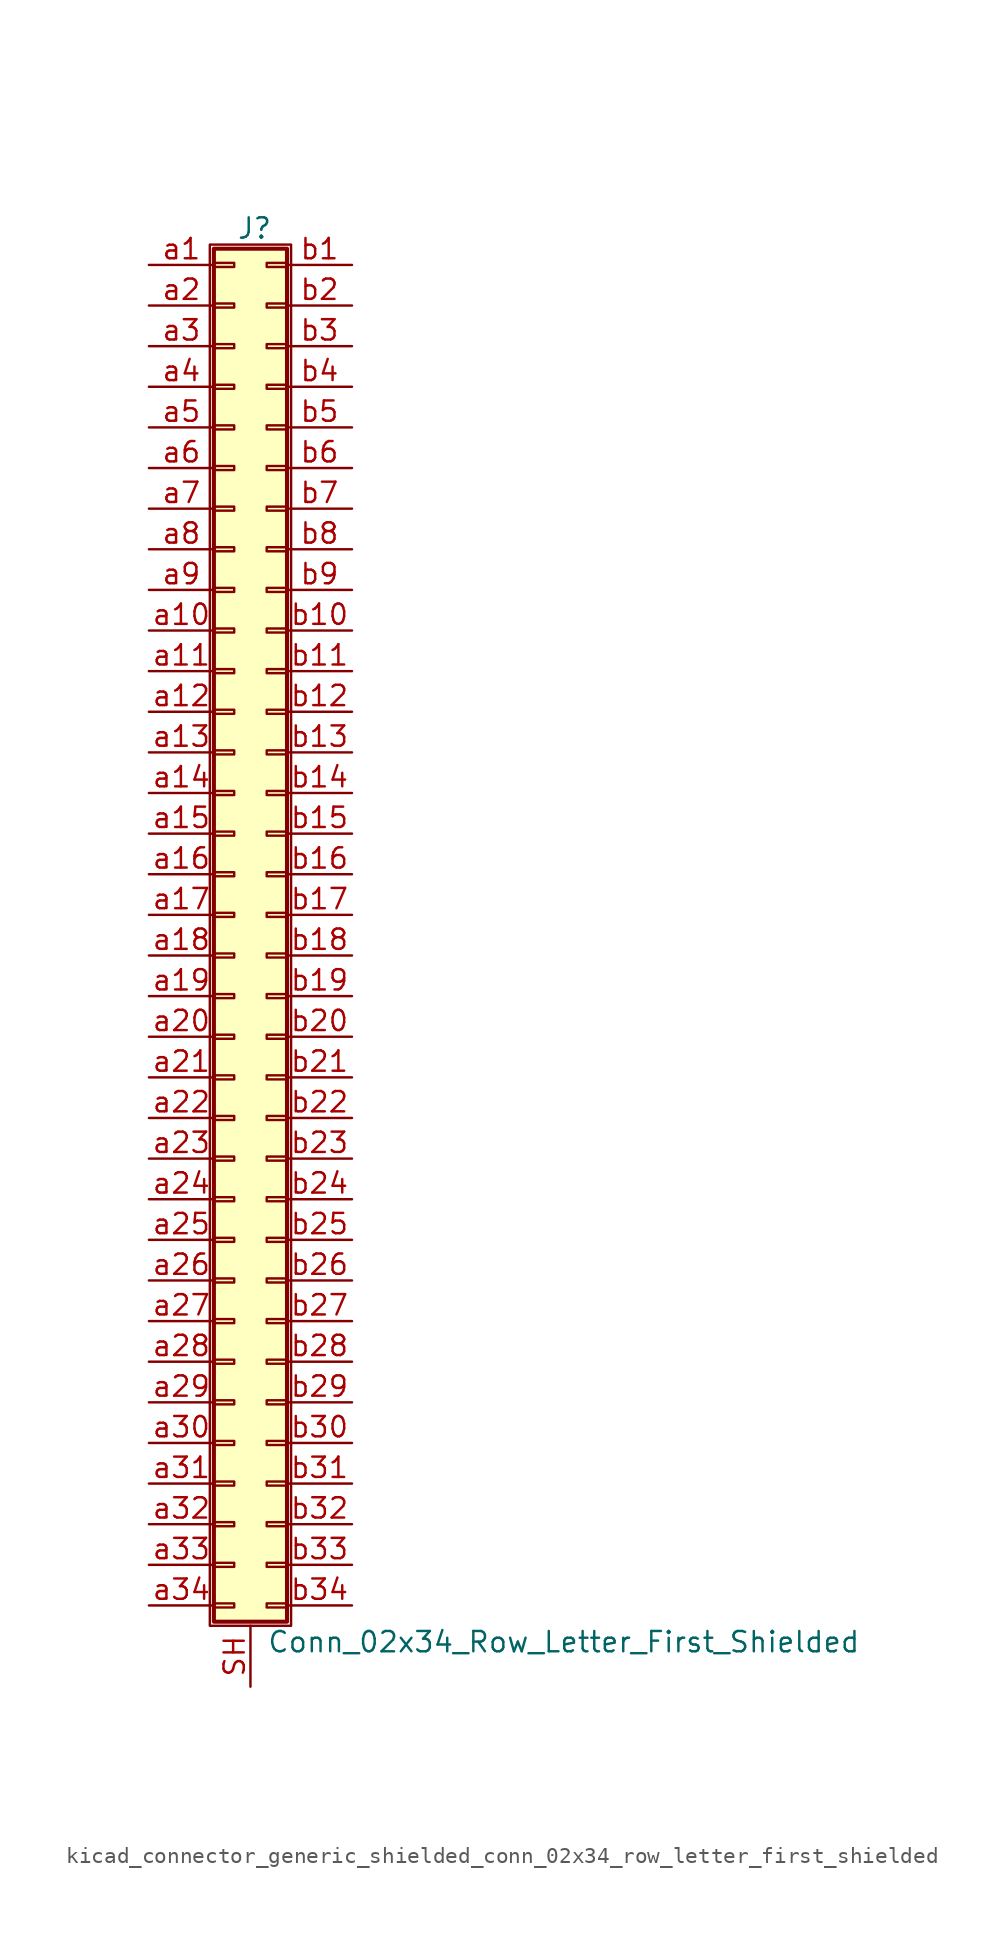
<source format=kicad_sym>
(kicad_symbol_lib
  (version 20220914)
  (generator kicad_symbol_editor)
  (symbol "kicad_connector_generic_shielded_conn_02x34_row_letter_first_shielded"
    (pin_names
      (offset 1.016) hide)
    (property "Reference" "J"
      (at 1.524 42.926 0)
      (effects (font (size 1.27 1.27))))
    (property "Value" "Conn_02x34_Row_Letter_First_Shielded"
      (at 2.286 -45.466 0)
      (effects (font (size 1.27 1.27)) (justify left)))
    (symbol "kicad_connector_generic_shielded_conn_02x34_row_letter_first_shielded_1_1"
      (rectangle (start -1.27 41.91) (end 3.81 -44.45) (stroke (width 0.152) (type default)) (fill (type none)))
      (rectangle (start -1.016 -43.053) (end 0.254 -43.307) (stroke (width 0.152) (type default)) (fill (type none)))
      (rectangle (start -1.016 -40.513) (end 0.254 -40.767) (stroke (width 0.152) (type default)) (fill (type none)))
      (rectangle (start -1.016 -37.973) (end 0.254 -38.227) (stroke (width 0.152) (type default)) (fill (type none)))
      (rectangle (start -1.016 -35.433) (end 0.254 -35.687) (stroke (width 0.152) (type default)) (fill (type none)))
      (rectangle (start -1.016 -32.893) (end 0.254 -33.147) (stroke (width 0.152) (type default)) (fill (type none)))
      (rectangle (start -1.016 -30.353) (end 0.254 -30.607) (stroke (width 0.152) (type default)) (fill (type none)))
      (rectangle (start -1.016 -27.813) (end 0.254 -28.067) (stroke (width 0.152) (type default)) (fill (type none)))
      (rectangle (start -1.016 -25.273) (end 0.254 -25.527) (stroke (width 0.152) (type default)) (fill (type none)))
      (rectangle (start -1.016 -22.733) (end 0.254 -22.987) (stroke (width 0.152) (type default)) (fill (type none)))
      (rectangle (start -1.016 -20.193) (end 0.254 -20.447) (stroke (width 0.152) (type default)) (fill (type none)))
      (rectangle (start -1.016 -17.653) (end 0.254 -17.907) (stroke (width 0.152) (type default)) (fill (type none)))
      (rectangle (start -1.016 -15.113) (end 0.254 -15.367) (stroke (width 0.152) (type default)) (fill (type none)))
      (rectangle (start -1.016 -12.573) (end 0.254 -12.827) (stroke (width 0.152) (type default)) (fill (type none)))
      (rectangle (start -1.016 -10.033) (end 0.254 -10.287) (stroke (width 0.152) (type default)) (fill (type none)))
      (rectangle (start -1.016 -7.493) (end 0.254 -7.747) (stroke (width 0.152) (type default)) (fill (type none)))
      (rectangle (start -1.016 -4.953) (end 0.254 -5.207) (stroke (width 0.152) (type default)) (fill (type none)))
      (rectangle (start -1.016 -2.413) (end 0.254 -2.667) (stroke (width 0.152) (type default)) (fill (type none)))
      (rectangle (start -1.016 0.127) (end 0.254 -0.127) (stroke (width 0.152) (type default)) (fill (type none)))
      (rectangle (start -1.016 2.667) (end 0.254 2.413) (stroke (width 0.152) (type default)) (fill (type none)))
      (rectangle (start -1.016 5.207) (end 0.254 4.953) (stroke (width 0.152) (type default)) (fill (type none)))
      (rectangle (start -1.016 7.747) (end 0.254 7.493) (stroke (width 0.152) (type default)) (fill (type none)))
      (rectangle (start -1.016 10.287) (end 0.254 10.033) (stroke (width 0.152) (type default)) (fill (type none)))
      (rectangle (start -1.016 12.827) (end 0.254 12.573) (stroke (width 0.152) (type default)) (fill (type none)))
      (rectangle (start -1.016 15.367) (end 0.254 15.113) (stroke (width 0.152) (type default)) (fill (type none)))
      (rectangle (start -1.016 17.907) (end 0.254 17.653) (stroke (width 0.152) (type default)) (fill (type none)))
      (rectangle (start -1.016 20.447) (end 0.254 20.193) (stroke (width 0.152) (type default)) (fill (type none)))
      (rectangle (start -1.016 22.987) (end 0.254 22.733) (stroke (width 0.152) (type default)) (fill (type none)))
      (rectangle (start -1.016 25.527) (end 0.254 25.273) (stroke (width 0.152) (type default)) (fill (type none)))
      (rectangle (start -1.016 28.067) (end 0.254 27.813) (stroke (width 0.152) (type default)) (fill (type none)))
      (rectangle (start -1.016 30.607) (end 0.254 30.353) (stroke (width 0.152) (type default)) (fill (type none)))
      (rectangle (start -1.016 33.147) (end 0.254 32.893) (stroke (width 0.152) (type default)) (fill (type none)))
      (rectangle (start -1.016 35.687) (end 0.254 35.433) (stroke (width 0.152) (type default)) (fill (type none)))
      (rectangle (start -1.016 38.227) (end 0.254 37.973) (stroke (width 0.152) (type default)) (fill (type none)))
      (rectangle (start -1.016 40.767) (end 0.254 40.513) (stroke (width 0.152) (type default)) (fill (type none)))
      (rectangle (start -1.016 41.656) (end 3.556 -44.196) (stroke (width 0.254) (type default)) (fill (type background)))
      (rectangle (start 3.556 -43.053) (end 2.286 -43.307) (stroke (width 0.152) (type default)) (fill (type none)))
      (rectangle (start 3.556 -40.513) (end 2.286 -40.767) (stroke (width 0.152) (type default)) (fill (type none)))
      (rectangle (start 3.556 -37.973) (end 2.286 -38.227) (stroke (width 0.152) (type default)) (fill (type none)))
      (rectangle (start 3.556 -35.433) (end 2.286 -35.687) (stroke (width 0.152) (type default)) (fill (type none)))
      (rectangle (start 3.556 -32.893) (end 2.286 -33.147) (stroke (width 0.152) (type default)) (fill (type none)))
      (rectangle (start 3.556 -30.353) (end 2.286 -30.607) (stroke (width 0.152) (type default)) (fill (type none)))
      (rectangle (start 3.556 -27.813) (end 2.286 -28.067) (stroke (width 0.152) (type default)) (fill (type none)))
      (rectangle (start 3.556 -25.273) (end 2.286 -25.527) (stroke (width 0.152) (type default)) (fill (type none)))
      (rectangle (start 3.556 -22.733) (end 2.286 -22.987) (stroke (width 0.152) (type default)) (fill (type none)))
      (rectangle (start 3.556 -20.193) (end 2.286 -20.447) (stroke (width 0.152) (type default)) (fill (type none)))
      (rectangle (start 3.556 -17.653) (end 2.286 -17.907) (stroke (width 0.152) (type default)) (fill (type none)))
      (rectangle (start 3.556 -15.113) (end 2.286 -15.367) (stroke (width 0.152) (type default)) (fill (type none)))
      (rectangle (start 3.556 -12.573) (end 2.286 -12.827) (stroke (width 0.152) (type default)) (fill (type none)))
      (rectangle (start 3.556 -10.033) (end 2.286 -10.287) (stroke (width 0.152) (type default)) (fill (type none)))
      (rectangle (start 3.556 -7.493) (end 2.286 -7.747) (stroke (width 0.152) (type default)) (fill (type none)))
      (rectangle (start 3.556 -4.953) (end 2.286 -5.207) (stroke (width 0.152) (type default)) (fill (type none)))
      (rectangle (start 3.556 -2.413) (end 2.286 -2.667) (stroke (width 0.152) (type default)) (fill (type none)))
      (rectangle (start 3.556 0.127) (end 2.286 -0.127) (stroke (width 0.152) (type default)) (fill (type none)))
      (rectangle (start 3.556 2.667) (end 2.286 2.413) (stroke (width 0.152) (type default)) (fill (type none)))
      (rectangle (start 3.556 5.207) (end 2.286 4.953) (stroke (width 0.152) (type default)) (fill (type none)))
      (rectangle (start 3.556 7.747) (end 2.286 7.493) (stroke (width 0.152) (type default)) (fill (type none)))
      (rectangle (start 3.556 10.287) (end 2.286 10.033) (stroke (width 0.152) (type default)) (fill (type none)))
      (rectangle (start 3.556 12.827) (end 2.286 12.573) (stroke (width 0.152) (type default)) (fill (type none)))
      (rectangle (start 3.556 15.367) (end 2.286 15.113) (stroke (width 0.152) (type default)) (fill (type none)))
      (rectangle (start 3.556 17.907) (end 2.286 17.653) (stroke (width 0.152) (type default)) (fill (type none)))
      (rectangle (start 3.556 20.447) (end 2.286 20.193) (stroke (width 0.152) (type default)) (fill (type none)))
      (rectangle (start 3.556 22.987) (end 2.286 22.733) (stroke (width 0.152) (type default)) (fill (type none)))
      (rectangle (start 3.556 25.527) (end 2.286 25.273) (stroke (width 0.152) (type default)) (fill (type none)))
      (rectangle (start 3.556 28.067) (end 2.286 27.813) (stroke (width 0.152) (type default)) (fill (type none)))
      (rectangle (start 3.556 30.607) (end 2.286 30.353) (stroke (width 0.152) (type default)) (fill (type none)))
      (rectangle (start 3.556 33.147) (end 2.286 32.893) (stroke (width 0.152) (type default)) (fill (type none)))
      (rectangle (start 3.556 35.687) (end 2.286 35.433) (stroke (width 0.152) (type default)) (fill (type none)))
      (rectangle (start 3.556 38.227) (end 2.286 37.973) (stroke (width 0.152) (type default)) (fill (type none)))
      (rectangle (start 3.556 40.767) (end 2.286 40.513) (stroke (width 0.152) (type default)) (fill (type none)))
      (pin passive line (at 1.27 -48.26 90) (length 3.81) (name "Shield" (effects (font (size 1.27 1.27)))) (number "SH" (effects (font (size 1.27 1.27)))))
      (pin passive line (at -5.08 40.64 0) (length 4.064) (name "Pin_a1" (effects (font (size 1.27 1.27)))) (number "a1" (effects (font (size 1.27 1.27)))))
      (pin passive line (at -5.08 17.78 0) (length 4.064) (name "Pin_a10" (effects (font (size 1.27 1.27)))) (number "a10" (effects (font (size 1.27 1.27)))))
      (pin passive line (at -5.08 15.24 0) (length 4.064) (name "Pin_a11" (effects (font (size 1.27 1.27)))) (number "a11" (effects (font (size 1.27 1.27)))))
      (pin passive line (at -5.08 12.7 0) (length 4.064) (name "Pin_a12" (effects (font (size 1.27 1.27)))) (number "a12" (effects (font (size 1.27 1.27)))))
      (pin passive line (at -5.08 10.16 0) (length 4.064) (name "Pin_a13" (effects (font (size 1.27 1.27)))) (number "a13" (effects (font (size 1.27 1.27)))))
      (pin passive line (at -5.08 7.62 0) (length 4.064) (name "Pin_a14" (effects (font (size 1.27 1.27)))) (number "a14" (effects (font (size 1.27 1.27)))))
      (pin passive line (at -5.08 5.08 0) (length 4.064) (name "Pin_a15" (effects (font (size 1.27 1.27)))) (number "a15" (effects (font (size 1.27 1.27)))))
      (pin passive line (at -5.08 2.54 0) (length 4.064) (name "Pin_a16" (effects (font (size 1.27 1.27)))) (number "a16" (effects (font (size 1.27 1.27)))))
      (pin passive line (at -5.08 0 0) (length 4.064) (name "Pin_a17" (effects (font (size 1.27 1.27)))) (number "a17" (effects (font (size 1.27 1.27)))))
      (pin passive line (at -5.08 -2.54 0) (length 4.064) (name "Pin_a18" (effects (font (size 1.27 1.27)))) (number "a18" (effects (font (size 1.27 1.27)))))
      (pin passive line (at -5.08 -5.08 0) (length 4.064) (name "Pin_a19" (effects (font (size 1.27 1.27)))) (number "a19" (effects (font (size 1.27 1.27)))))
      (pin passive line (at -5.08 38.1 0) (length 4.064) (name "Pin_a2" (effects (font (size 1.27 1.27)))) (number "a2" (effects (font (size 1.27 1.27)))))
      (pin passive line (at -5.08 -7.62 0) (length 4.064) (name "Pin_a20" (effects (font (size 1.27 1.27)))) (number "a20" (effects (font (size 1.27 1.27)))))
      (pin passive line (at -5.08 -10.16 0) (length 4.064) (name "Pin_a21" (effects (font (size 1.27 1.27)))) (number "a21" (effects (font (size 1.27 1.27)))))
      (pin passive line (at -5.08 -12.7 0) (length 4.064) (name "Pin_a22" (effects (font (size 1.27 1.27)))) (number "a22" (effects (font (size 1.27 1.27)))))
      (pin passive line (at -5.08 -15.24 0) (length 4.064) (name "Pin_a23" (effects (font (size 1.27 1.27)))) (number "a23" (effects (font (size 1.27 1.27)))))
      (pin passive line (at -5.08 -17.78 0) (length 4.064) (name "Pin_a24" (effects (font (size 1.27 1.27)))) (number "a24" (effects (font (size 1.27 1.27)))))
      (pin passive line (at -5.08 -20.32 0) (length 4.064) (name "Pin_a25" (effects (font (size 1.27 1.27)))) (number "a25" (effects (font (size 1.27 1.27)))))
      (pin passive line (at -5.08 -22.86 0) (length 4.064) (name "Pin_a26" (effects (font (size 1.27 1.27)))) (number "a26" (effects (font (size 1.27 1.27)))))
      (pin passive line (at -5.08 -25.4 0) (length 4.064) (name "Pin_a27" (effects (font (size 1.27 1.27)))) (number "a27" (effects (font (size 1.27 1.27)))))
      (pin passive line (at -5.08 -27.94 0) (length 4.064) (name "Pin_a28" (effects (font (size 1.27 1.27)))) (number "a28" (effects (font (size 1.27 1.27)))))
      (pin passive line (at -5.08 -30.48 0) (length 4.064) (name "Pin_a29" (effects (font (size 1.27 1.27)))) (number "a29" (effects (font (size 1.27 1.27)))))
      (pin passive line (at -5.08 35.56 0) (length 4.064) (name "Pin_a3" (effects (font (size 1.27 1.27)))) (number "a3" (effects (font (size 1.27 1.27)))))
      (pin passive line (at -5.08 -33.02 0) (length 4.064) (name "Pin_a30" (effects (font (size 1.27 1.27)))) (number "a30" (effects (font (size 1.27 1.27)))))
      (pin passive line (at -5.08 -35.56 0) (length 4.064) (name "Pin_a31" (effects (font (size 1.27 1.27)))) (number "a31" (effects (font (size 1.27 1.27)))))
      (pin passive line (at -5.08 -38.1 0) (length 4.064) (name "Pin_a32" (effects (font (size 1.27 1.27)))) (number "a32" (effects (font (size 1.27 1.27)))))
      (pin passive line (at -5.08 -40.64 0) (length 4.064) (name "Pin_a33" (effects (font (size 1.27 1.27)))) (number "a33" (effects (font (size 1.27 1.27)))))
      (pin passive line (at -5.08 -43.18 0) (length 4.064) (name "Pin_a34" (effects (font (size 1.27 1.27)))) (number "a34" (effects (font (size 1.27 1.27)))))
      (pin passive line (at -5.08 33.02 0) (length 4.064) (name "Pin_a4" (effects (font (size 1.27 1.27)))) (number "a4" (effects (font (size 1.27 1.27)))))
      (pin passive line (at -5.08 30.48 0) (length 4.064) (name "Pin_a5" (effects (font (size 1.27 1.27)))) (number "a5" (effects (font (size 1.27 1.27)))))
      (pin passive line (at -5.08 27.94 0) (length 4.064) (name "Pin_a6" (effects (font (size 1.27 1.27)))) (number "a6" (effects (font (size 1.27 1.27)))))
      (pin passive line (at -5.08 25.4 0) (length 4.064) (name "Pin_a7" (effects (font (size 1.27 1.27)))) (number "a7" (effects (font (size 1.27 1.27)))))
      (pin passive line (at -5.08 22.86 0) (length 4.064) (name "Pin_a8" (effects (font (size 1.27 1.27)))) (number "a8" (effects (font (size 1.27 1.27)))))
      (pin passive line (at -5.08 20.32 0) (length 4.064) (name "Pin_a9" (effects (font (size 1.27 1.27)))) (number "a9" (effects (font (size 1.27 1.27)))))
      (pin passive line (at 7.62 40.64 180) (length 4.064) (name "Pin_b1" (effects (font (size 1.27 1.27)))) (number "b1" (effects (font (size 1.27 1.27)))))
      (pin passive line (at 7.62 17.78 180) (length 4.064) (name "Pin_b10" (effects (font (size 1.27 1.27)))) (number "b10" (effects (font (size 1.27 1.27)))))
      (pin passive line (at 7.62 15.24 180) (length 4.064) (name "Pin_b11" (effects (font (size 1.27 1.27)))) (number "b11" (effects (font (size 1.27 1.27)))))
      (pin passive line (at 7.62 12.7 180) (length 4.064) (name "Pin_b12" (effects (font (size 1.27 1.27)))) (number "b12" (effects (font (size 1.27 1.27)))))
      (pin passive line (at 7.62 10.16 180) (length 4.064) (name "Pin_b13" (effects (font (size 1.27 1.27)))) (number "b13" (effects (font (size 1.27 1.27)))))
      (pin passive line (at 7.62 7.62 180) (length 4.064) (name "Pin_b14" (effects (font (size 1.27 1.27)))) (number "b14" (effects (font (size 1.27 1.27)))))
      (pin passive line (at 7.62 5.08 180) (length 4.064) (name "Pin_b15" (effects (font (size 1.27 1.27)))) (number "b15" (effects (font (size 1.27 1.27)))))
      (pin passive line (at 7.62 2.54 180) (length 4.064) (name "Pin_b16" (effects (font (size 1.27 1.27)))) (number "b16" (effects (font (size 1.27 1.27)))))
      (pin passive line (at 7.62 0 180) (length 4.064) (name "Pin_b17" (effects (font (size 1.27 1.27)))) (number "b17" (effects (font (size 1.27 1.27)))))
      (pin passive line (at 7.62 -2.54 180) (length 4.064) (name "Pin_b18" (effects (font (size 1.27 1.27)))) (number "b18" (effects (font (size 1.27 1.27)))))
      (pin passive line (at 7.62 -5.08 180) (length 4.064) (name "Pin_b19" (effects (font (size 1.27 1.27)))) (number "b19" (effects (font (size 1.27 1.27)))))
      (pin passive line (at 7.62 38.1 180) (length 4.064) (name "Pin_b2" (effects (font (size 1.27 1.27)))) (number "b2" (effects (font (size 1.27 1.27)))))
      (pin passive line (at 7.62 -7.62 180) (length 4.064) (name "Pin_b20" (effects (font (size 1.27 1.27)))) (number "b20" (effects (font (size 1.27 1.27)))))
      (pin passive line (at 7.62 -10.16 180) (length 4.064) (name "Pin_b21" (effects (font (size 1.27 1.27)))) (number "b21" (effects (font (size 1.27 1.27)))))
      (pin passive line (at 7.62 -12.7 180) (length 4.064) (name "Pin_b22" (effects (font (size 1.27 1.27)))) (number "b22" (effects (font (size 1.27 1.27)))))
      (pin passive line (at 7.62 -15.24 180) (length 4.064) (name "Pin_b23" (effects (font (size 1.27 1.27)))) (number "b23" (effects (font (size 1.27 1.27)))))
      (pin passive line (at 7.62 -17.78 180) (length 4.064) (name "Pin_b24" (effects (font (size 1.27 1.27)))) (number "b24" (effects (font (size 1.27 1.27)))))
      (pin passive line (at 7.62 -20.32 180) (length 4.064) (name "Pin_b25" (effects (font (size 1.27 1.27)))) (number "b25" (effects (font (size 1.27 1.27)))))
      (pin passive line (at 7.62 -22.86 180) (length 4.064) (name "Pin_b26" (effects (font (size 1.27 1.27)))) (number "b26" (effects (font (size 1.27 1.27)))))
      (pin passive line (at 7.62 -25.4 180) (length 4.064) (name "Pin_b27" (effects (font (size 1.27 1.27)))) (number "b27" (effects (font (size 1.27 1.27)))))
      (pin passive line (at 7.62 -27.94 180) (length 4.064) (name "Pin_b28" (effects (font (size 1.27 1.27)))) (number "b28" (effects (font (size 1.27 1.27)))))
      (pin passive line (at 7.62 -30.48 180) (length 4.064) (name "Pin_b29" (effects (font (size 1.27 1.27)))) (number "b29" (effects (font (size 1.27 1.27)))))
      (pin passive line (at 7.62 35.56 180) (length 4.064) (name "Pin_b3" (effects (font (size 1.27 1.27)))) (number "b3" (effects (font (size 1.27 1.27)))))
      (pin passive line (at 7.62 -33.02 180) (length 4.064) (name "Pin_b30" (effects (font (size 1.27 1.27)))) (number "b30" (effects (font (size 1.27 1.27)))))
      (pin passive line (at 7.62 -35.56 180) (length 4.064) (name "Pin_b31" (effects (font (size 1.27 1.27)))) (number "b31" (effects (font (size 1.27 1.27)))))
      (pin passive line (at 7.62 -38.1 180) (length 4.064) (name "Pin_b32" (effects (font (size 1.27 1.27)))) (number "b32" (effects (font (size 1.27 1.27)))))
      (pin passive line (at 7.62 -40.64 180) (length 4.064) (name "Pin_b33" (effects (font (size 1.27 1.27)))) (number "b33" (effects (font (size 1.27 1.27)))))
      (pin passive line (at 7.62 -43.18 180) (length 4.064) (name "Pin_b34" (effects (font (size 1.27 1.27)))) (number "b34" (effects (font (size 1.27 1.27)))))
      (pin passive line (at 7.62 33.02 180) (length 4.064) (name "Pin_b4" (effects (font (size 1.27 1.27)))) (number "b4" (effects (font (size 1.27 1.27)))))
      (pin passive line (at 7.62 30.48 180) (length 4.064) (name "Pin_b5" (effects (font (size 1.27 1.27)))) (number "b5" (effects (font (size 1.27 1.27)))))
      (pin passive line (at 7.62 27.94 180) (length 4.064) (name "Pin_b6" (effects (font (size 1.27 1.27)))) (number "b6" (effects (font (size 1.27 1.27)))))
      (pin passive line (at 7.62 25.4 180) (length 4.064) (name "Pin_b7" (effects (font (size 1.27 1.27)))) (number "b7" (effects (font (size 1.27 1.27)))))
      (pin passive line (at 7.62 22.86 180) (length 4.064) (name "Pin_b8" (effects (font (size 1.27 1.27)))) (number "b8" (effects (font (size 1.27 1.27)))))
      (pin passive line (at 7.62 20.32 180) (length 4.064) (name "Pin_b9" (effects (font (size 1.27 1.27)))) (number "b9" (effects (font (size 1.27 1.27))))))))
</source>
